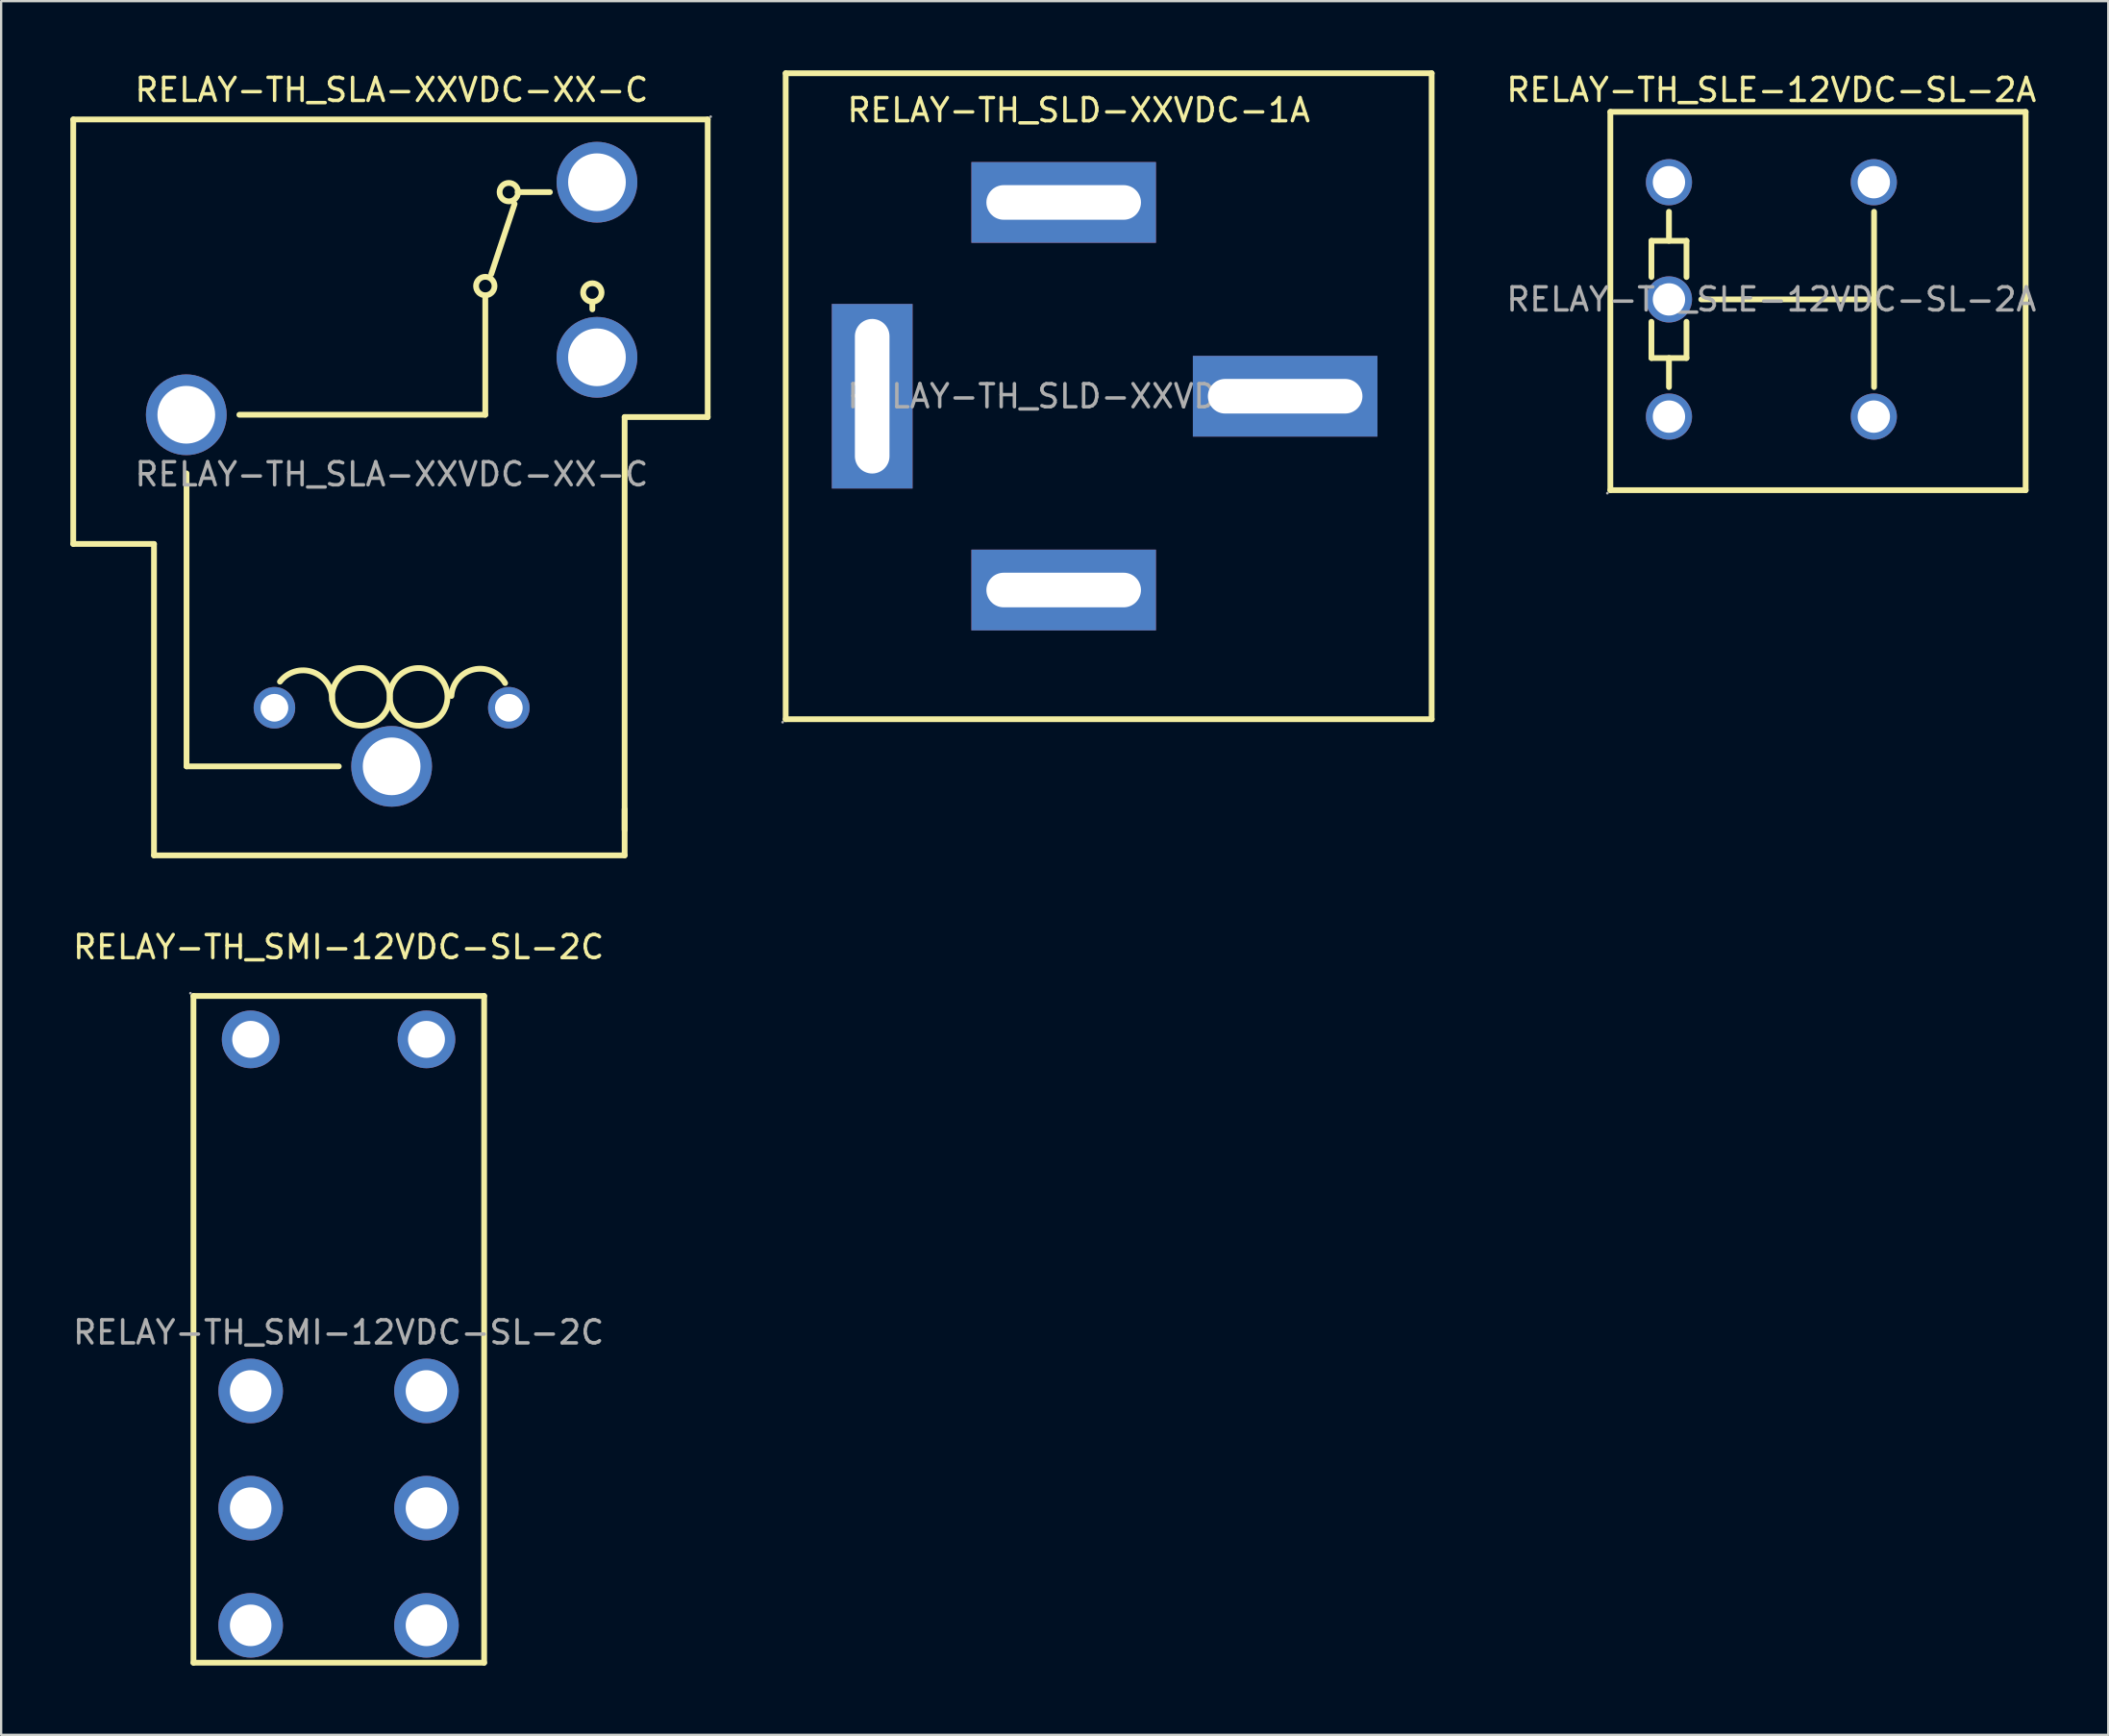
<source format=kicad_pcb>
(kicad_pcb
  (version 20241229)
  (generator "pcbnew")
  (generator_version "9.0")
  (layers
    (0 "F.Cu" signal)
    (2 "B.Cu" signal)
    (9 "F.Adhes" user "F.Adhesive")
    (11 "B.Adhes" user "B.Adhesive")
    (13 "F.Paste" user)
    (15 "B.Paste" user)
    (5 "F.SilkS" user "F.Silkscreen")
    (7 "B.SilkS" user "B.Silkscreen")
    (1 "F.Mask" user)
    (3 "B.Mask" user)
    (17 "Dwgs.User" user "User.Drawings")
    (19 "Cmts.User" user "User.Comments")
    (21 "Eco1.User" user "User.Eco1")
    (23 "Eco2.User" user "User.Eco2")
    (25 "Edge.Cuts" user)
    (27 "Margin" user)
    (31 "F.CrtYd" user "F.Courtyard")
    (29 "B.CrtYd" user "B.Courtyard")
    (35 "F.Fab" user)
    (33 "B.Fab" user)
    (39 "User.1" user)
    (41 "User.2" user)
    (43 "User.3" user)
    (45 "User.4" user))
  (footprint "RELAY-TH_SLE-12VDC-SL-2A"
    (layer "F.Cu")
    (at 73.731 9.928)
    (property "Reference" "RELAY-TH_SLE-12VDC-SL-2A" (at 0 -9.08 0) (layer "F.SilkS") (effects (font (size 1 1) (thickness 0.15))))
    (attr through_hole)
    (fp_line (start -6.98 -8.13) (end -6.98 8.27) (stroke (width 0.25) (type solid)) (layer "F.SilkS"))
    (fp_line (start -6.98 -8.13) (end 11.02 -8.13) (stroke (width 0.25) (type solid)) (layer "F.SilkS"))
    (fp_line (start -5.2 -2.54) (end -5.2 -0.97) (stroke (width 0.25) (type solid)) (layer "F.SilkS"))
    (fp_line (start -5.2 -2.54) (end -3.68 -2.54) (stroke (width 0.25) (type solid)) (layer "F.SilkS"))
    (fp_line (start -5.2 0.97) (end -5.2 2.54) (stroke (width 0.25) (type solid)) (layer "F.SilkS"))
    (fp_line (start -5.2 2.54) (end -3.68 2.54) (stroke (width 0.25) (type solid)) (layer "F.SilkS"))
    (fp_line (start -4.44 -3.8) (end -4.44 -2.54) (stroke (width 0.25) (type solid)) (layer "F.SilkS"))
    (fp_line (start -4.44 2.54) (end -4.44 3.8) (stroke (width 0.25) (type solid)) (layer "F.SilkS"))
    (fp_line (start -3.68 -2.54) (end -3.68 -0.97) (stroke (width 0.25) (type solid)) (layer "F.SilkS"))
    (fp_line (start -3.68 0.97) (end -3.68 2.54) (stroke (width 0.25) (type solid)) (layer "F.SilkS"))
    (fp_line (start -3.04 0) (end 4.45 0) (stroke (width 0.25) (type solid)) (layer "F.SilkS"))
    (fp_line (start 4.45 -3.8) (end 4.45 3.8) (stroke (width 0.25) (type solid)) (layer "F.SilkS"))
    (fp_line (start 11.02 8.27) (end -6.98 8.27) (stroke (width 0.25) (type solid)) (layer "F.SilkS"))
    (fp_line (start 11.02 8.27) (end 11.02 -8.13) (stroke (width 0.25) (type solid)) (layer "F.SilkS"))
    (fp_circle (center -7.11 8.4) (end -7.08 8.4) (stroke (width 0.06) (type solid)) (fill no) (layer "F.Fab"))
    (fp_circle (center -4.44 -5.08) (end -4.14 -5.08) (stroke (width 0.6) (type solid)) (fill no) (layer "F.Fab"))
    (fp_circle (center -4.44 0) (end -4.14 0) (stroke (width 0.6) (type solid)) (fill no) (layer "F.Fab"))
    (fp_circle (center -4.44 5.08) (end -4.14 5.08) (stroke (width 0.6) (type solid)) (fill no) (layer "F.Fab"))
    (fp_circle (center 4.44 -5.08) (end 4.74 -5.08) (stroke (width 0.6) (type solid)) (fill no) (layer "F.Fab"))
    (fp_circle (center 4.44 5.08) (end 4.74 5.08) (stroke (width 0.6) (type solid)) (fill no) (layer "F.Fab"))
    (fp_text user "${REFERENCE}" (at 0 0 0) (layer "F.Fab") (effects (font (size 1 1) (thickness 0.15))))
    (pad "1" thru_hole circle (at -4.44 5.08) (size 2 2) (drill 1.4) (layers "*.Cu" "*.Paste" "*.Mask"))
    (pad "2" thru_hole circle (at 4.44 5.08) (size 2 2) (drill 1.4) (layers "*.Cu" "*.Paste" "*.Mask"))
    (pad "3" thru_hole circle (at -4.44 0) (size 2 2) (drill 1.4) (layers "*.Cu" "*.Paste" "*.Mask"))
    (pad "4" thru_hole circle (at 4.44 -5.08) (size 2 2) (drill 1.4) (layers "*.Cu" "*.Paste" "*.Mask"))
    (pad "5" thru_hole circle (at -4.44 -5.08) (size 2 2) (drill 1.4) (layers "*.Cu" "*.Paste" "*.Mask")))
  (footprint "RELAY-TH_SLD-XXVDC-1A"
    (layer "F.Cu")
    (at 43.705 14.125)
    (property "Reference" "RELAY-TH_SLD-XXVDC-1A" (at 0 -12.4 0) (layer "F.SilkS") (effects (font (size 1 1) (thickness 0.15))))
    (attr through_hole)
    (fp_line (start -12.7 -14) (end 15.3 -14) (stroke (width 0.25) (type solid)) (layer "F.SilkS"))
    (fp_line (start -12.7 14) (end -12.7 -14) (stroke (width 0.25) (type solid)) (layer "F.SilkS"))
    (fp_line (start -12.7 14) (end 15.3 14) (stroke (width 0.25) (type solid)) (layer "F.SilkS"))
    (fp_line (start 15.3 14) (end 15.3 -14) (stroke (width 0.25) (type solid)) (layer "F.SilkS"))
    (fp_circle (center -12.83 14.13) (end -12.8 14.13) (stroke (width 0.06) (type solid)) (fill no) (layer "F.Fab"))
    (fp_text user "${REFERENCE}" (at 0 0 0) (layer "F.Fab") (effects (font (size 1 1) (thickness 0.15))))
    (pad "1" thru_hole rect (at -0.65 8.4) (size 8 3.5) (drill oval 6.7 1.5) (layers "*.Cu" "*.Paste" "*.Mask"))
    (pad "2" thru_hole rect (at -0.65 -8.4) (size 8 3.5) (drill oval 6.7 1.5) (layers "*.Cu" "*.Paste" "*.Mask"))
    (pad "4" thru_hole rect (at 8.95 0) (size 8 3.5) (drill oval 6.7 1.5) (layers "*.Cu" "*.Paste" "*.Mask"))
    (pad "5" thru_hole rect (at -8.95 0 90) (size 8 3.5) (drill oval 6.7 1.5) (layers "*.Cu" "*.Paste" "*.Mask")))
  (footprint "RELAY-TH_SMI-12VDC-SL-2C"
    (layer "F.Cu")
    (at 11.625 54.702)
    (property "Reference" "RELAY-TH_SMI-12VDC-SL-2C" (at 0 -16.7 0) (layer "F.SilkS") (effects (font (size 1 1) (thickness 0.15))))
    (attr through_hole)
    (fp_line (start -6.29 -14.58) (end -6.29 14.32) (stroke (width 0.25) (type solid)) (layer "F.SilkS"))
    (fp_line (start -6.29 14.32) (end 6.31 14.32) (stroke (width 0.25) (type solid)) (layer "F.SilkS"))
    (fp_line (start 6.31 -14.58) (end -6.29 -14.58) (stroke (width 0.25) (type solid)) (layer "F.SilkS"))
    (fp_line (start 6.31 14.32) (end 6.31 -14.58) (stroke (width 0.25) (type solid)) (layer "F.SilkS"))
    (fp_circle (center -6.42 -14.7) (end -6.39 -14.7) (stroke (width 0.06) (type solid)) (fill no) (layer "F.Fab"))
    (fp_circle (center -3.81 -12.7) (end -3.46 -12.7) (stroke (width 0.7) (type solid)) (fill no) (layer "F.Fab"))
    (fp_circle (center -3.81 2.54) (end -3.41 2.54) (stroke (width 0.8) (type solid)) (fill no) (layer "F.Fab"))
    (fp_circle (center -3.81 7.62) (end -3.41 7.62) (stroke (width 0.8) (type solid)) (fill no) (layer "F.Fab"))
    (fp_circle (center -3.81 12.7) (end -3.41 12.7) (stroke (width 0.8) (type solid)) (fill no) (layer "F.Fab"))
    (fp_circle (center 3.81 -12.7) (end 4.16 -12.7) (stroke (width 0.7) (type solid)) (fill no) (layer "F.Fab"))
    (fp_circle (center 3.81 2.54) (end 4.21 2.54) (stroke (width 0.8) (type solid)) (fill no) (layer "F.Fab"))
    (fp_circle (center 3.81 7.62) (end 4.21 7.62) (stroke (width 0.8) (type solid)) (fill no) (layer "F.Fab"))
    (fp_circle (center 3.81 12.7) (end 4.21 12.7) (stroke (width 0.8) (type solid)) (fill no) (layer "F.Fab"))
    (fp_text user "${REFERENCE}" (at 0 0 0) (layer "F.Fab") (effects (font (size 1 1) (thickness 0.15))))
    (pad "1" thru_hole circle (at -3.81 -12.7 270) (size 2.5 2.5) (drill 1.6) (layers "*.Cu" "*.Paste" "*.Mask"))
    (pad "2" thru_hole circle (at -3.81 2.54 270) (size 2.8 2.8) (drill 1.8) (layers "*.Cu" "*.Paste" "*.Mask"))
    (pad "3" thru_hole circle (at -3.81 7.62 270) (size 2.8 2.8) (drill 1.8) (layers "*.Cu" "*.Paste" "*.Mask"))
    (pad "4" thru_hole circle (at -3.81 12.7 270) (size 2.8 2.8) (drill 1.8) (layers "*.Cu" "*.Paste" "*.Mask"))
    (pad "5" thru_hole circle (at 3.81 12.7 270) (size 2.8 2.8) (drill 1.8) (layers "*.Cu" "*.Paste" "*.Mask"))
    (pad "6" thru_hole circle (at 3.81 7.62 270) (size 2.8 2.8) (drill 1.8) (layers "*.Cu" "*.Paste" "*.Mask"))
    (pad "7" thru_hole circle (at 3.81 2.54 270) (size 2.8 2.8) (drill 1.8) (layers "*.Cu" "*.Paste" "*.Mask"))
    (pad "8" thru_hole circle (at 3.81 -12.7 270) (size 2.5 2.5) (drill 1.6) (layers "*.Cu" "*.Paste" "*.Mask")))
  (footprint "RELAY-TH_SLA-XXVDC-XX-C"
    (layer "F.Cu")
    (at 13.925 17.508)
    (property "Reference" "RELAY-TH_SLA-XXVDC-XX-C" (at 0 -16.66 0) (layer "F.SilkS") (effects (font (size 1 1) (thickness 0.15))))
    (attr through_hole)
    (fp_line (start -13.8 -15.38) (end -13.8 3.02) (stroke (width 0.25) (type solid)) (layer "F.SilkS"))
    (fp_line (start -13.8 3.02) (end -10.3 3.02) (stroke (width 0.25) (type solid)) (layer "F.SilkS"))
    (fp_line (start -10.3 3.02) (end -10.3 16.52) (stroke (width 0.25) (type solid)) (layer "F.SilkS"))
    (fp_line (start -10.3 16.52) (end 10.1 16.52) (stroke (width 0.25) (type solid)) (layer "F.SilkS"))
    (fp_line (start -8.89 -0.04) (end -8.89 12.66) (stroke (width 0.25) (type solid)) (layer "F.SilkS"))
    (fp_line (start -8.89 12.66) (end -2.29 12.66) (stroke (width 0.25) (type solid)) (layer "F.SilkS"))
    (fp_line (start -6.6 -2.58) (end 4.06 -2.58) (stroke (width 0.25) (type solid)) (layer "F.SilkS"))
    (fp_line (start 4.06 -2.58) (end 4.06 -7.66) (stroke (width 0.25) (type solid)) (layer "F.SilkS"))
    (fp_line (start 4.32 -8.68) (end 5.33 -11.72) (stroke (width 0.25) (type solid)) (layer "F.SilkS"))
    (fp_line (start 6.86 -12.23) (end 5.46 -12.23) (stroke (width 0.25) (type solid)) (layer "F.SilkS"))
    (fp_line (start 8.7 -7.15) (end 8.7 -7.48) (stroke (width 0.25) (type solid)) (layer "F.SilkS"))
    (fp_line (start 10.1 -2.48) (end 10.1 15.42) (stroke (width 0.25) (type solid)) (layer "F.SilkS"))
    (fp_line (start 10.1 16.52) (end 10.1 14.52) (stroke (width 0.25) (type solid)) (layer "F.SilkS"))
    (fp_line (start 13.7 -15.38) (end -13.8 -15.38) (stroke (width 0.25) (type solid)) (layer "F.SilkS"))
    (fp_line (start 13.7 -15.38) (end 13.7 -2.48) (stroke (width 0.25) (type solid)) (layer "F.SilkS"))
    (fp_line (start 13.7 -2.48) (end 10.1 -2.48) (stroke (width 0.25) (type solid)) (layer "F.SilkS"))
    (fp_arc (start -4.84 8.99) (mid -3.41038 8.57327) (end -2.578834 9.808587) (stroke (width 0.25) (type solid)) (layer "F.SilkS"))
    (fp_arc (start -2.580682 9.678177) (mid -0.079612 9.61091) (end -2.58 9.7) (stroke (width 0.25) (type solid)) (layer "F.SilkS"))
    (fp_arc (start -0.080682 9.678177) (mid 2.420388 9.61091) (end -0.08 9.7) (stroke (width 0.25) (type solid)) (layer "F.SilkS"))
    (fp_arc (start 2.591658 9.609692) (mid 3.54777 8.46431) (end 4.92 9.05) (stroke (width 0.25) (type solid)) (layer "F.SilkS"))
    (fp_circle (center 4.06 -8.16) (end 4.46 -8.16) (stroke (width 0.25) (type solid)) (fill no) (layer "F.SilkS"))
    (fp_circle (center 5.08 -12.23) (end 5.48 -12.23) (stroke (width 0.25) (type solid)) (fill no) (layer "F.SilkS"))
    (fp_circle (center 8.7 -7.88) (end 9.1 -7.88) (stroke (width 0.25) (type solid)) (fill no) (layer "F.SilkS"))
    (fp_circle (center -8.9 -2.58) (end -8.32 -2.58) (stroke (width 1.15) (type solid)) (fill no) (layer "F.Fab"))
    (fp_circle (center -5.08 10.12) (end -4.83 10.12) (stroke (width 0.5) (type solid)) (fill no) (layer "F.Fab"))
    (fp_circle (center 0 12.66) (end 0.58 12.66) (stroke (width 1.15) (type solid)) (fill no) (layer "F.Fab"))
    (fp_circle (center 5.08 10.12) (end 5.33 10.12) (stroke (width 0.5) (type solid)) (fill no) (layer "F.Fab"))
    (fp_circle (center 8.9 -12.66) (end 9.48 -12.66) (stroke (width 1.15) (type solid)) (fill no) (layer "F.Fab"))
    (fp_circle (center 8.9 -5.07) (end 9.48 -5.07) (stroke (width 1.15) (type solid)) (fill no) (layer "F.Fab"))
    (fp_circle (center 13.83 -15.5) (end 13.86 -15.5) (stroke (width 0.06) (type solid)) (fill no) (layer "F.Fab"))
    (fp_text user "${REFERENCE}" (at 0 0 0) (layer "F.Fab") (effects (font (size 1 1) (thickness 0.15))))
    (pad "1" thru_hole circle (at 8.9 -12.66) (size 3.5 3.5) (drill 2.5) (layers "*.Cu" "*.Paste" "*.Mask"))
    (pad "2" thru_hole circle (at 8.9 -5.07) (size 3.5 3.5) (drill 2.5) (layers "*.Cu" "*.Paste" "*.Mask"))
    (pad "3" thru_hole circle (at 5.08 10.12) (size 1.8 1.8) (drill 1.2) (layers "*.Cu" "*.Paste" "*.Mask"))
    (pad "4" thru_hole circle (at -5.08 10.12) (size 1.8 1.8) (drill 1.2) (layers "*.Cu" "*.Paste" "*.Mask"))
    (pad "5" thru_hole circle (at -8.9 -2.58) (size 3.5 3.5) (drill 2.5) (layers "*.Cu" "*.Paste" "*.Mask"))
    (pad "6" thru_hole circle (at 0 12.66) (size 3.5 3.5) (drill 2.5) (layers "*.Cu" "*.Paste" "*.Mask")))
  (gr_rect
    (start -3 -3)
    (end 88.332 72.147)
    (stroke (width 0.1) (type default))
    (fill no)
    (layer "Edge.Cuts")))
</source>
